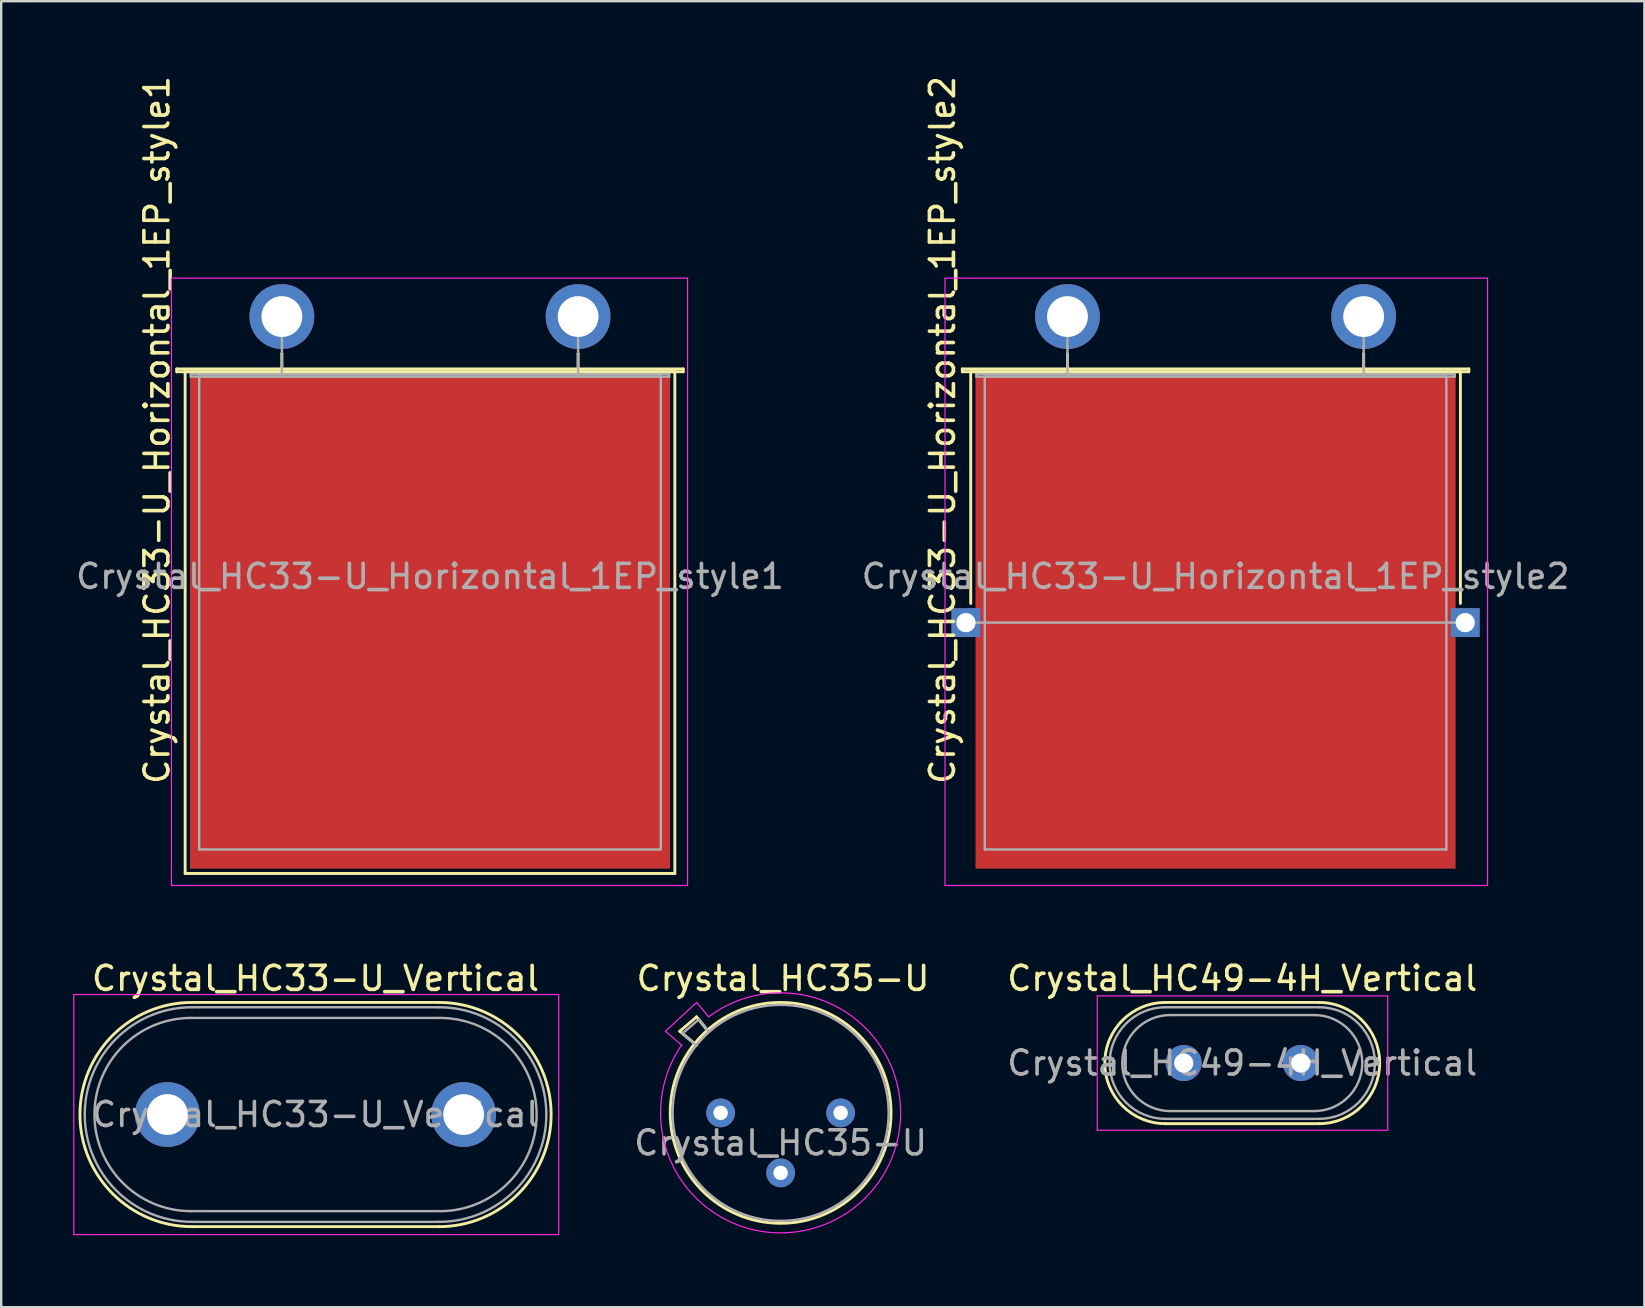
<source format=kicad_pcb>
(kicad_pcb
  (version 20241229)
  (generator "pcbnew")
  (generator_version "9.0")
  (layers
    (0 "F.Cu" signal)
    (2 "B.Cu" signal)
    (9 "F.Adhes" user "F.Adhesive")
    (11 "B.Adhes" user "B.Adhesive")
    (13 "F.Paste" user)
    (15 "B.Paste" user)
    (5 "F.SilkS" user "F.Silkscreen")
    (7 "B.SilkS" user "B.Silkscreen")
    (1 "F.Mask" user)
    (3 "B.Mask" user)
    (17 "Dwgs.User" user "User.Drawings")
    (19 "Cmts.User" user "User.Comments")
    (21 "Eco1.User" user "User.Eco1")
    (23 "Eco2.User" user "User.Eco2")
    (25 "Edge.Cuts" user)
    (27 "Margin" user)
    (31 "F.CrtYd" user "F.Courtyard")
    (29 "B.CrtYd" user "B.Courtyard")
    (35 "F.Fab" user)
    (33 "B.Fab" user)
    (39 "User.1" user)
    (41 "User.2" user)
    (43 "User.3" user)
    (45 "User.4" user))
  (footprint "Crystal_HC35-U"
    (layer "F.Cu")
    (at 26.97 43.311)
    (property "Reference" "Crystal_HC35-U" (at 2.6 -5.6 0) (layer "F.SilkS") (effects (font (size 1 1) (thickness 0.15))))
    (attr through_hole)
    (fp_line (start -1.7 -3.4) (end -1 -4) (stroke (width 0.12) (type solid)) (layer "F.SilkS"))
    (fp_line (start -1.1 -2.9) (end -1.7 -3.4) (stroke (width 0.12) (type solid)) (layer "F.SilkS"))
    (fp_line (start -1 -4) (end -0.6 -3.5) (stroke (width 0.12) (type solid)) (layer "F.SilkS"))
    (fp_circle (center 2.5 0) (end 7.1 0) (stroke (width 0.12) (type solid)) (fill no) (layer "F.SilkS"))
    (fp_line (start -2.3 -3.4) (end -1 -4.6) (stroke (width 0.05) (type solid)) (layer "F.CrtYd"))
    (fp_line (start -1.6 -2.8) (end -2.3 -3.4) (stroke (width 0.05) (type solid)) (layer "F.CrtYd"))
    (fp_line (start -1 -4.6) (end -0.5 -4) (stroke (width 0.05) (type solid)) (layer "F.CrtYd"))
    (fp_arc (start -0.5 -4) (mid 6.119047 3.45) (end -1.638828 -2.80537) (stroke (width 0.05) (type solid)) (layer "F.CrtYd"))
    (fp_line (start -1.6 -3.3) (end -0.9 -3.9) (stroke (width 0.1) (type solid)) (layer "F.Fab"))
    (fp_line (start -1 -2.8) (end -1.6 -3.3) (stroke (width 0.1) (type solid)) (layer "F.Fab"))
    (fp_line (start -0.9 -3.9) (end -0.5 -3.4) (stroke (width 0.1) (type solid)) (layer "F.Fab"))
    (fp_circle (center 2.5 0) (end 7 0) (stroke (width 0.1) (type solid)) (fill no) (layer "F.Fab"))
    (fp_text user "${REFERENCE}" (at 2.5 1.25 0) (layer "F.Fab") (effects (font (size 1 1) (thickness 0.15))))
    (pad "1" thru_hole circle (at 0 0) (size 1.2 1.2) (drill 0.6) (layers "*.Cu" "*.Mask"))
    (pad "2" thru_hole circle (at 5 0) (size 1.2 1.2) (drill 0.6) (layers "*.Cu" "*.Mask"))
    (pad "3" thru_hole circle (at 2.5 2.5) (size 1.2 1.2) (drill 0.6) (layers "*.Cu" "*.Mask")))
  (footprint "Crystal_HC33-U_Vertical"
    (layer "F.Cu")
    (at 3.925 43.381)
    (property "Reference" "Crystal_HC33-U_Vertical" (at 6.17 -5.67 0) (layer "F.SilkS") (effects (font (size 1 1) (thickness 0.15))))
    (attr through_hole)
    (fp_line (start 1.025 -4.67) (end 11.315 -4.67) (stroke (width 0.12) (type solid)) (layer "F.SilkS"))
    (fp_line (start 1.025 4.67) (end 11.315 4.67) (stroke (width 0.12) (type solid)) (layer "F.SilkS"))
    (fp_arc (start 1.025 4.67) (mid -3.645 0) (end 1.025 -4.67) (stroke (width 0.12) (type solid)) (layer "F.SilkS"))
    (fp_arc (start 11.315 -4.67) (mid 15.985 0) (end 11.315 4.67) (stroke (width 0.12) (type solid)) (layer "F.SilkS"))
    (fp_line (start -3.9 -5) (end -3.9 5) (stroke (width 0.05) (type solid)) (layer "F.CrtYd"))
    (fp_line (start -3.9 5) (end 16.3 5) (stroke (width 0.05) (type solid)) (layer "F.CrtYd"))
    (fp_line (start 16.3 -5) (end -3.9 -5) (stroke (width 0.05) (type solid)) (layer "F.CrtYd"))
    (fp_line (start 16.3 5) (end 16.3 -5) (stroke (width 0.05) (type solid)) (layer "F.CrtYd"))
    (fp_line (start 0.985 -4.025) (end 11.355 -4.025) (stroke (width 0.1) (type solid)) (layer "F.Fab"))
    (fp_line (start 0.985 4.025) (end 11.355 4.025) (stroke (width 0.1) (type solid)) (layer "F.Fab"))
    (fp_line (start 1.025 -4.47) (end 11.315 -4.47) (stroke (width 0.1) (type solid)) (layer "F.Fab"))
    (fp_line (start 1.025 4.47) (end 11.315 4.47) (stroke (width 0.1) (type solid)) (layer "F.Fab"))
    (fp_arc (start 0.985 4.025) (mid -3.04 0) (end 0.985 -4.025) (stroke (width 0.1) (type solid)) (layer "F.Fab"))
    (fp_arc (start 1.025 4.47) (mid -3.445 0) (end 1.025 -4.47) (stroke (width 0.1) (type solid)) (layer "F.Fab"))
    (fp_arc (start 11.315 -4.47) (mid 15.785 0) (end 11.315 4.47) (stroke (width 0.1) (type solid)) (layer "F.Fab"))
    (fp_arc (start 11.355 -4.025) (mid 15.38 0) (end 11.355 4.025) (stroke (width 0.1) (type solid)) (layer "F.Fab"))
    (fp_text user "${REFERENCE}" (at 6.17 0 0) (layer "F.Fab") (effects (font (size 1 1) (thickness 0.15))))
    (pad "1" thru_hole circle (at 0 0) (size 2.7 2.7) (drill 1.7) (layers "*.Cu" "*.Mask"))
    (pad "2" thru_hole circle (at 12.34 0) (size 2.7 2.7) (drill 1.7) (layers "*.Cu" "*.Mask")))
  (footprint "Crystal_HC33-U_Horizontal_1EP_style2"
    (layer "F.Cu")
    (at 41.419 10.138)
    (property "Reference" "Crystal_HC33-U_Horizontal_1EP_style2" (at -5.205 4.725 90) (layer "F.SilkS") (effects (font (size 1 1) (thickness 0.15))))
    (attr through_hole)
    (fp_line (start -4.38 2.18) (end 16.72 2.18) (stroke (width 0.12) (type solid)) (layer "F.SilkS"))
    (fp_line (start -4.38 2.3) (end -4.38 2.18) (stroke (width 0.12) (type solid)) (layer "F.SilkS"))
    (fp_line (start -4.03 2.3) (end 16.37 2.3) (stroke (width 0.12) (type solid)) (layer "F.SilkS"))
    (fp_line (start -4.03 11.95) (end -4.03 2.3) (stroke (width 0.12) (type solid)) (layer "F.SilkS"))
    (fp_line (start 0 1.55) (end 0 1.55) (stroke (width 0.12) (type solid)) (layer "F.SilkS"))
    (fp_line (start 0 2.3) (end 0 1.55) (stroke (width 0.12) (type solid)) (layer "F.SilkS"))
    (fp_line (start 12.34 1.55) (end 12.34 1.55) (stroke (width 0.12) (type solid)) (layer "F.SilkS"))
    (fp_line (start 12.34 2.3) (end 12.34 1.55) (stroke (width 0.12) (type solid)) (layer "F.SilkS"))
    (fp_line (start 16.37 2.3) (end 16.37 11.95) (stroke (width 0.12) (type solid)) (layer "F.SilkS"))
    (fp_line (start 16.72 2.18) (end 16.72 2.3) (stroke (width 0.12) (type solid)) (layer "F.SilkS"))
    (fp_line (start 16.72 2.3) (end -4.38 2.3) (stroke (width 0.12) (type solid)) (layer "F.SilkS"))
    (fp_line (start -5.1 -1.6) (end -5.1 23.7) (stroke (width 0.05) (type solid)) (layer "F.CrtYd"))
    (fp_line (start -5.1 23.7) (end 17.5 23.7) (stroke (width 0.05) (type solid)) (layer "F.CrtYd"))
    (fp_line (start 17.5 -1.6) (end -5.1 -1.6) (stroke (width 0.05) (type solid)) (layer "F.CrtYd"))
    (fp_line (start 17.5 23.7) (end 17.5 -1.6) (stroke (width 0.05) (type solid)) (layer "F.CrtYd"))
    (fp_line (start -4.23 12.75) (end 16.57 12.75) (stroke (width 0.1) (type solid)) (layer "F.Fab"))
    (fp_line (start -3.795 2.4) (end 16.135 2.4) (stroke (width 0.1) (type solid)) (layer "F.Fab"))
    (fp_line (start -3.795 2.5) (end -3.795 2.4) (stroke (width 0.1) (type solid)) (layer "F.Fab"))
    (fp_line (start -3.445 2.5) (end -3.445 22.2) (stroke (width 0.1) (type solid)) (layer "F.Fab"))
    (fp_line (start -3.445 22.2) (end 15.785 22.2) (stroke (width 0.1) (type solid)) (layer "F.Fab"))
    (fp_line (start 0 1.25) (end 0 0) (stroke (width 0.1) (type solid)) (layer "F.Fab"))
    (fp_line (start 0 2.5) (end 0 1.25) (stroke (width 0.1) (type solid)) (layer "F.Fab"))
    (fp_line (start 12.34 1.25) (end 12.34 0) (stroke (width 0.1) (type solid)) (layer "F.Fab"))
    (fp_line (start 12.34 2.5) (end 12.34 1.25) (stroke (width 0.1) (type solid)) (layer "F.Fab"))
    (fp_line (start 15.785 2.5) (end -3.445 2.5) (stroke (width 0.1) (type solid)) (layer "F.Fab"))
    (fp_line (start 15.785 22.2) (end 15.785 2.5) (stroke (width 0.1) (type solid)) (layer "F.Fab"))
    (fp_line (start 16.135 2.4) (end 16.135 2.5) (stroke (width 0.1) (type solid)) (layer "F.Fab"))
    (fp_line (start 16.135 2.5) (end -3.795 2.5) (stroke (width 0.1) (type solid)) (layer "F.Fab"))
    (fp_text user "${REFERENCE}" (at 6.17 10.825 0) (layer "F.Fab") (effects (font (size 1 1) (thickness 0.15))))
    (pad "1" thru_hole circle (at 0 0) (size 2.7 2.7) (drill 1.7) (layers "*.Cu" "*.Mask"))
    (pad "2" thru_hole circle (at 12.34 0) (size 2.7 2.7) (drill 1.7) (layers "*.Cu" "*.Mask"))
    (pad "3" thru_hole rect (at -4.23 12.75) (size 1.2 1.2) (drill 0.8) (layers "*.Cu" "*.Mask"))
    (pad "3" smd rect (at 6.17 12.75) (size 20 20.5) (layers "F.Cu" "F.Mask" "F.Paste"))
    (pad "3" thru_hole rect (at 16.57 12.75) (size 1.2 1.2) (drill 0.8) (layers "*.Cu" "*.Mask")))
  (footprint "Crystal_HC49-4H_Vertical"
    (layer "F.Cu")
    (at 46.261 41.236)
    (property "Reference" "Crystal_HC49-4H_Vertical" (at 2.44 -3.525 0) (layer "F.SilkS") (effects (font (size 1 1) (thickness 0.15))))
    (attr through_hole)
    (fp_line (start -0.76 -2.525) (end 5.64 -2.525) (stroke (width 0.12) (type solid)) (layer "F.SilkS"))
    (fp_line (start -0.76 2.525) (end 5.64 2.525) (stroke (width 0.12) (type solid)) (layer "F.SilkS"))
    (fp_arc (start -0.76 2.525) (mid -3.285 0) (end -0.76 -2.525) (stroke (width 0.12) (type solid)) (layer "F.SilkS"))
    (fp_arc (start 5.64 -2.525) (mid 8.165 0) (end 5.64 2.525) (stroke (width 0.12) (type solid)) (layer "F.SilkS"))
    (fp_line (start -3.6 -2.8) (end -3.6 2.8) (stroke (width 0.05) (type solid)) (layer "F.CrtYd"))
    (fp_line (start -3.6 2.8) (end 8.5 2.8) (stroke (width 0.05) (type solid)) (layer "F.CrtYd"))
    (fp_line (start 8.5 -2.8) (end -3.6 -2.8) (stroke (width 0.05) (type solid)) (layer "F.CrtYd"))
    (fp_line (start 8.5 2.8) (end 8.5 -2.8) (stroke (width 0.05) (type solid)) (layer "F.CrtYd"))
    (fp_line (start -0.76 -2.325) (end 5.64 -2.325) (stroke (width 0.1) (type solid)) (layer "F.Fab"))
    (fp_line (start -0.76 2.325) (end 5.64 2.325) (stroke (width 0.1) (type solid)) (layer "F.Fab"))
    (fp_line (start -0.56 -2) (end 5.44 -2) (stroke (width 0.1) (type solid)) (layer "F.Fab"))
    (fp_line (start -0.56 2) (end 5.44 2) (stroke (width 0.1) (type solid)) (layer "F.Fab"))
    (fp_arc (start -0.76 2.325) (mid -3.085 0) (end -0.76 -2.325) (stroke (width 0.1) (type solid)) (layer "F.Fab"))
    (fp_arc (start -0.56 2) (mid -2.56 0) (end -0.56 -2) (stroke (width 0.1) (type solid)) (layer "F.Fab"))
    (fp_arc (start 5.44 -2) (mid 7.44 0) (end 5.44 2) (stroke (width 0.1) (type solid)) (layer "F.Fab"))
    (fp_arc (start 5.64 -2.325) (mid 7.965 0) (end 5.64 2.325) (stroke (width 0.1) (type solid)) (layer "F.Fab"))
    (fp_text user "${REFERENCE}" (at 2.44 0 0) (layer "F.Fab") (effects (font (size 1 1) (thickness 0.15))))
    (pad "1" thru_hole circle (at 0 0) (size 1.5 1.5) (drill 0.8) (layers "*.Cu" "*.Mask"))
    (pad "2" thru_hole circle (at 4.88 0) (size 1.5 1.5) (drill 0.8) (layers "*.Cu" "*.Mask")))
  (footprint "Crystal_HC33-U_Horizontal_1EP_style1"
    (layer "F.Cu")
    (at 8.693 10.138)
    (property "Reference" "Crystal_HC33-U_Horizontal_1EP_style1" (at -5.205 4.725 90) (layer "F.SilkS") (effects (font (size 1 1) (thickness 0.15))))
    (attr through_hole)
    (fp_line (start -4.38 2.18) (end 16.72 2.18) (stroke (width 0.12) (type solid)) (layer "F.SilkS"))
    (fp_line (start -4.38 2.3) (end -4.38 2.18) (stroke (width 0.12) (type solid)) (layer "F.SilkS"))
    (fp_line (start -4.03 2.3) (end -4.03 23.2) (stroke (width 0.12) (type solid)) (layer "F.SilkS"))
    (fp_line (start -4.03 23.2) (end 16.37 23.2) (stroke (width 0.12) (type solid)) (layer "F.SilkS"))
    (fp_line (start 0 1.55) (end 0 1.55) (stroke (width 0.12) (type solid)) (layer "F.SilkS"))
    (fp_line (start 0 2.3) (end 0 1.55) (stroke (width 0.12) (type solid)) (layer "F.SilkS"))
    (fp_line (start 12.34 1.55) (end 12.34 1.55) (stroke (width 0.12) (type solid)) (layer "F.SilkS"))
    (fp_line (start 12.34 2.3) (end 12.34 1.55) (stroke (width 0.12) (type solid)) (layer "F.SilkS"))
    (fp_line (start 16.37 2.3) (end -4.03 2.3) (stroke (width 0.12) (type solid)) (layer "F.SilkS"))
    (fp_line (start 16.37 23.2) (end 16.37 2.3) (stroke (width 0.12) (type solid)) (layer "F.SilkS"))
    (fp_line (start 16.72 2.18) (end 16.72 2.3) (stroke (width 0.12) (type solid)) (layer "F.SilkS"))
    (fp_line (start 16.72 2.3) (end -4.38 2.3) (stroke (width 0.12) (type solid)) (layer "F.SilkS"))
    (fp_line (start -4.6 -1.6) (end -4.6 23.7) (stroke (width 0.05) (type solid)) (layer "F.CrtYd"))
    (fp_line (start -4.6 23.7) (end 16.9 23.7) (stroke (width 0.05) (type solid)) (layer "F.CrtYd"))
    (fp_line (start 16.9 -1.6) (end -4.6 -1.6) (stroke (width 0.05) (type solid)) (layer "F.CrtYd"))
    (fp_line (start 16.9 23.7) (end 16.9 -1.6) (stroke (width 0.05) (type solid)) (layer "F.CrtYd"))
    (fp_line (start -3.795 2.4) (end 16.135 2.4) (stroke (width 0.1) (type solid)) (layer "F.Fab"))
    (fp_line (start -3.795 2.5) (end -3.795 2.4) (stroke (width 0.1) (type solid)) (layer "F.Fab"))
    (fp_line (start -3.445 2.5) (end -3.445 22.2) (stroke (width 0.1) (type solid)) (layer "F.Fab"))
    (fp_line (start -3.445 22.2) (end 15.785 22.2) (stroke (width 0.1) (type solid)) (layer "F.Fab"))
    (fp_line (start 0 1.25) (end 0 0) (stroke (width 0.1) (type solid)) (layer "F.Fab"))
    (fp_line (start 0 2.5) (end 0 1.25) (stroke (width 0.1) (type solid)) (layer "F.Fab"))
    (fp_line (start 12.34 1.25) (end 12.34 0) (stroke (width 0.1) (type solid)) (layer "F.Fab"))
    (fp_line (start 12.34 2.5) (end 12.34 1.25) (stroke (width 0.1) (type solid)) (layer "F.Fab"))
    (fp_line (start 15.785 2.5) (end -3.445 2.5) (stroke (width 0.1) (type solid)) (layer "F.Fab"))
    (fp_line (start 15.785 22.2) (end 15.785 2.5) (stroke (width 0.1) (type solid)) (layer "F.Fab"))
    (fp_line (start 16.135 2.4) (end 16.135 2.5) (stroke (width 0.1) (type solid)) (layer "F.Fab"))
    (fp_line (start 16.135 2.5) (end -3.795 2.5) (stroke (width 0.1) (type solid)) (layer "F.Fab"))
    (fp_text user "${REFERENCE}" (at 6.17 10.825 0) (layer "F.Fab") (effects (font (size 1 1) (thickness 0.15))))
    (pad "1" thru_hole circle (at 0 0) (size 2.7 2.7) (drill 1.7) (layers "*.Cu" "*.Mask"))
    (pad "2" thru_hole circle (at 12.34 0) (size 2.7 2.7) (drill 1.7) (layers "*.Cu" "*.Mask"))
    (pad "3" smd rect (at 6.17 12.75) (size 20 20.5) (layers "F.Cu" "F.Mask" "F.Paste")))
  (gr_rect
    (start -3 -3)
    (end 65.452 51.406)
    (stroke (width 0.1) (type default))
    (fill no)
    (layer "Edge.Cuts")))
</source>
